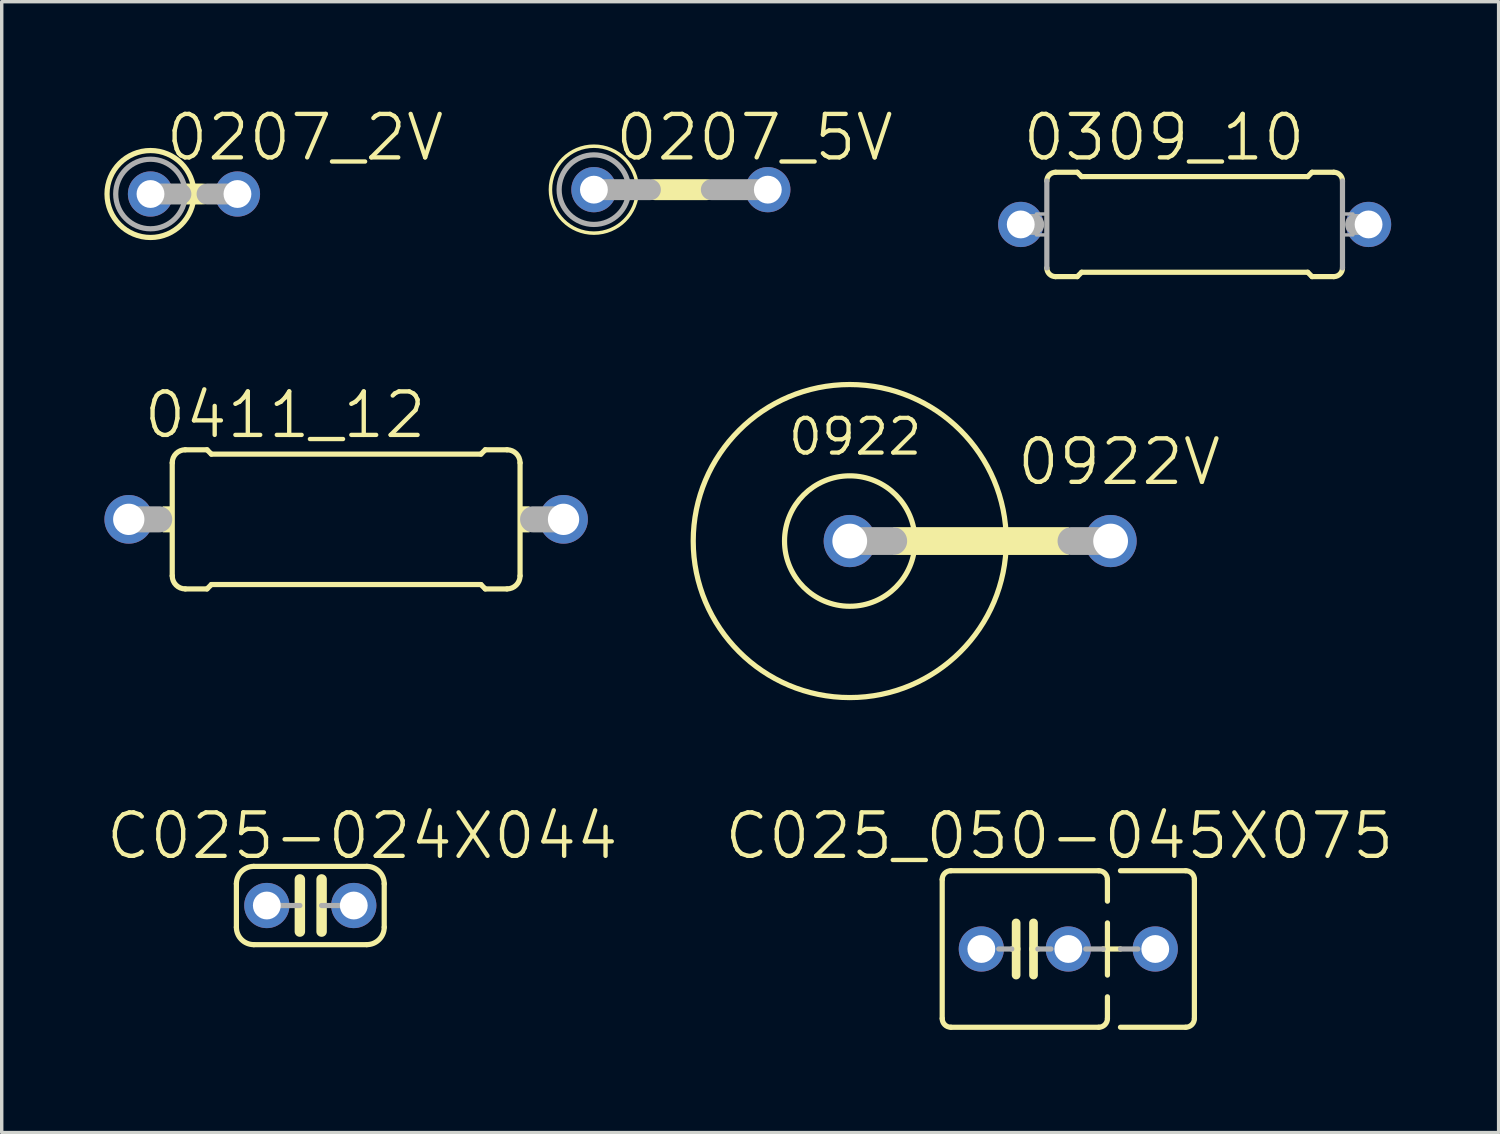
<source format=kicad_pcb>
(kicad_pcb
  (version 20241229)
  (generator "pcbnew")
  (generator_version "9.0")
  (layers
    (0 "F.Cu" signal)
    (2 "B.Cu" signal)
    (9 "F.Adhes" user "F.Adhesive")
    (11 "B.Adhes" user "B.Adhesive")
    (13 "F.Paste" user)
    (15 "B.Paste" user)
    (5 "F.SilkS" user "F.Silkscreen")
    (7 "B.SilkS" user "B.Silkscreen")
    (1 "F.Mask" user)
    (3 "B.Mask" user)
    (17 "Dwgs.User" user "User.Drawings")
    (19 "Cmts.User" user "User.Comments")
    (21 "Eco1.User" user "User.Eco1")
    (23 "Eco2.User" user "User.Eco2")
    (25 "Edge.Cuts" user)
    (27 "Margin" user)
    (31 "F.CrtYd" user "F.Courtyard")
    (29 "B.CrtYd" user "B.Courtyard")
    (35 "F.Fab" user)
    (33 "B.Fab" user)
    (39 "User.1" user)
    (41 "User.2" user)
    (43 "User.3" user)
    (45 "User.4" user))
  (footprint "0309_10"
    (layer "F.Cu")
    (at 31.846 3.506)
    (property "Reference" "0309_10" (at -0.895 -2.54 0) (layer "F.SilkS") (effects (font (size 1.27 1.27) (thickness 0.127))))
    (attr through_hole)
    (fp_line (start -4.064 -1.524) (end -3.429 -1.524) (stroke (width 0.152) (type solid)) (layer "F.SilkS"))
    (fp_line (start -4.064 1.524) (end -3.429 1.524) (stroke (width 0.152) (type solid)) (layer "F.SilkS"))
    (fp_line (start -3.302 -1.397) (end -3.429 -1.524) (stroke (width 0.152) (type solid)) (layer "F.SilkS"))
    (fp_line (start -3.302 1.397) (end -3.429 1.524) (stroke (width 0.152) (type solid)) (layer "F.SilkS"))
    (fp_line (start 3.302 -1.397) (end -3.302 -1.397) (stroke (width 0.152) (type solid)) (layer "F.SilkS"))
    (fp_line (start 3.302 -1.397) (end 3.429 -1.524) (stroke (width 0.152) (type solid)) (layer "F.SilkS"))
    (fp_line (start 3.302 1.397) (end -3.302 1.397) (stroke (width 0.152) (type solid)) (layer "F.SilkS"))
    (fp_line (start 3.302 1.397) (end 3.429 1.524) (stroke (width 0.152) (type solid)) (layer "F.SilkS"))
    (fp_line (start 4.064 -1.524) (end 3.429 -1.524) (stroke (width 0.152) (type solid)) (layer "F.SilkS"))
    (fp_line (start 4.064 1.524) (end 3.429 1.524) (stroke (width 0.152) (type solid)) (layer "F.SilkS"))
    (fp_arc (start -4.318 -1.27) (mid -4.243605 -1.449605) (end -4.064 -1.524) (stroke (width 0.1524) (type solid)) (layer "F.SilkS"))
    (fp_arc (start -4.064 1.524) (mid -4.243605 1.449605) (end -4.318 1.27) (stroke (width 0.1524) (type solid)) (layer "F.SilkS"))
    (fp_arc (start 4.064 -1.524) (mid 4.243605 -1.449605) (end 4.318 -1.27) (stroke (width 0.1524) (type solid)) (layer "F.SilkS"))
    (fp_arc (start 4.318 1.27) (mid 4.243605 1.449605) (end 4.064 1.524) (stroke (width 0.1524) (type solid)) (layer "F.SilkS"))
    (fp_line (start -4.699 0) (end -5.08 0) (stroke (width 0.61) (type solid)) (layer "F.Fab"))
    (fp_line (start -4.318 1.27) (end -4.318 -1.27) (stroke (width 0.152) (type solid)) (layer "F.Fab"))
    (fp_line (start 4.318 1.27) (end 4.318 -1.27) (stroke (width 0.152) (type solid)) (layer "F.Fab"))
    (fp_line (start 5.08 0) (end 4.699 0) (stroke (width 0.61) (type solid)) (layer "F.Fab"))
    (fp_poly (pts (xy -4.623 -0.305) (xy -4.318 -0.305) (xy -4.318 0.305) (xy -4.623 0.305)) (stroke (width 0.1) (type solid)) (fill no) (layer "F.Fab"))
    (fp_poly (pts (xy 4.318 -0.305) (xy 4.623 -0.305) (xy 4.623 0.305) (xy 4.318 0.305)) (stroke (width 0.1) (type solid)) (fill no) (layer "F.Fab"))
    (pad "1" thru_hole circle (at -5.08 0) (size 1.321 1.321) (drill 0.813) (layers "*.Cu" "*.Mask"))
    (pad "2" thru_hole circle (at 5.08 0) (size 1.321 1.321) (drill 0.813) (layers "*.Cu" "*.Mask")))
  (footprint "C025-024X044"
    (layer "F.Cu")
    (at 6.014 23.4)
    (property "Reference" "C025-024X044" (at 1.518 -2.032 0) (layer "F.SilkS") (effects (font (size 1.27 1.27) (thickness 0.127))))
    (attr through_hole)
    (fp_line (start -2.159 0.635) (end -2.159 -0.635) (stroke (width 0.152) (type solid)) (layer "F.SilkS"))
    (fp_line (start -0.305 -0.762) (end -0.305 0.762) (stroke (width 0.305) (type solid)) (layer "F.SilkS"))
    (fp_line (start 0.33 -0.762) (end 0.33 0.762) (stroke (width 0.305) (type solid)) (layer "F.SilkS"))
    (fp_line (start 1.651 -1.143) (end -1.651 -1.143) (stroke (width 0.152) (type solid)) (layer "F.SilkS"))
    (fp_line (start 1.651 1.143) (end -1.651 1.143) (stroke (width 0.152) (type solid)) (layer "F.SilkS"))
    (fp_line (start 2.159 0.635) (end 2.159 -0.635) (stroke (width 0.152) (type solid)) (layer "F.SilkS"))
    (fp_arc (start -2.159 -0.635) (mid -2.01021 -0.99421) (end -1.651 -1.143) (stroke (width 0.1524) (type solid)) (layer "F.SilkS"))
    (fp_arc (start -1.651 1.143) (mid -2.01021 0.99421) (end -2.159 0.635) (stroke (width 0.1524) (type solid)) (layer "F.SilkS"))
    (fp_arc (start 1.651 -1.143) (mid 2.01021 -0.99421) (end 2.159 -0.635) (stroke (width 0.1524) (type solid)) (layer "F.SilkS"))
    (fp_arc (start 2.159 0.635) (mid 2.01021 0.99421) (end 1.651 1.143) (stroke (width 0.1524) (type solid)) (layer "F.SilkS"))
    (fp_line (start -1.27 0) (end -0.305 0) (stroke (width 0.152) (type solid)) (layer "F.Fab"))
    (fp_line (start 1.27 0) (end 0.33 0) (stroke (width 0.152) (type solid)) (layer "F.Fab"))
    (pad "1" thru_hole circle (at -1.27 0) (size 1.321 1.321) (drill 0.813) (layers "*.Cu" "*.Mask"))
    (pad "2" thru_hole circle (at 1.27 0) (size 1.321 1.321) (drill 0.813) (layers "*.Cu" "*.Mask")))
  (footprint "0207_2V"
    (layer "F.Cu")
    (at 2.616 2.617)
    (property "Reference" "0207_2V" (at 3.245 -1.651 0) (layer "F.SilkS") (effects (font (size 1.27 1.27) (thickness 0.127))))
    (attr through_hole)
    (fp_line (start -0.254 0) (end 0.254 0) (stroke (width 0.61) (type solid)) (layer "F.SilkS"))
    (fp_circle (center -1.27 0) (end 0 0) (stroke (width 0.152) (type solid)) (fill no) (layer "F.SilkS"))
    (fp_line (start -1.27 0) (end -0.381 0) (stroke (width 0.61) (type solid)) (layer "F.Fab"))
    (fp_line (start 0.381 0) (end 1.27 0) (stroke (width 0.61) (type solid)) (layer "F.Fab"))
    (fp_circle (center -1.27 0) (end -0.254 0) (stroke (width 0.152) (type solid)) (fill no) (layer "F.Fab"))
    (pad "1" thru_hole circle (at -1.27 0) (size 1.321 1.321) (drill 0.813) (layers "*.Cu" "*.Mask"))
    (pad "2" thru_hole circle (at 1.27 0) (size 1.321 1.321) (drill 0.813) (layers "*.Cu" "*.Mask")))
  (footprint "0411_12"
    (layer "F.Cu")
    (at 7.061 12.12)
    (property "Reference" "0411_12" (at -1.784 -3.048 0) (layer "F.SilkS") (effects (font (size 1.27 1.27) (thickness 0.127))))
    (attr through_hole)
    (fp_line (start -5.08 -1.651) (end -5.08 1.651) (stroke (width 0.152) (type solid)) (layer "F.SilkS"))
    (fp_line (start -4.699 -2.032) (end -4.064 -2.032) (stroke (width 0.152) (type solid)) (layer "F.SilkS"))
    (fp_line (start -4.699 2.032) (end -4.064 2.032) (stroke (width 0.152) (type solid)) (layer "F.SilkS"))
    (fp_line (start -3.937 -1.905) (end -4.064 -2.032) (stroke (width 0.152) (type solid)) (layer "F.SilkS"))
    (fp_line (start -3.937 -1.905) (end 3.937 -1.905) (stroke (width 0.152) (type solid)) (layer "F.SilkS"))
    (fp_line (start -3.937 1.905) (end -4.064 2.032) (stroke (width 0.152) (type solid)) (layer "F.SilkS"))
    (fp_line (start -3.937 1.905) (end 3.937 1.905) (stroke (width 0.152) (type solid)) (layer "F.SilkS"))
    (fp_line (start 3.937 -1.905) (end 4.064 -2.032) (stroke (width 0.152) (type solid)) (layer "F.SilkS"))
    (fp_line (start 3.937 1.905) (end 4.064 2.032) (stroke (width 0.152) (type solid)) (layer "F.SilkS"))
    (fp_line (start 4.699 -2.032) (end 4.064 -2.032) (stroke (width 0.152) (type solid)) (layer "F.SilkS"))
    (fp_line (start 4.699 2.032) (end 4.064 2.032) (stroke (width 0.152) (type solid)) (layer "F.SilkS"))
    (fp_line (start 5.08 1.651) (end 5.08 -1.651) (stroke (width 0.152) (type solid)) (layer "F.SilkS"))
    (fp_arc (start -5.08 -1.651) (mid -4.968407 -1.920408) (end -4.698999 -2.032001) (stroke (width 0.1524) (type solid)) (layer "F.SilkS"))
    (fp_arc (start -4.698999 2.032001) (mid -4.968407 1.920408) (end -5.08 1.651) (stroke (width 0.1524) (type solid)) (layer "F.SilkS"))
    (fp_arc (start 4.699 -2.032) (mid 4.968407 -1.920407) (end 5.079999 -1.650999) (stroke (width 0.1524) (type solid)) (layer "F.SilkS"))
    (fp_arc (start 5.079999 1.650999) (mid 4.968407 1.920407) (end 4.699 2.032) (stroke (width 0.1524) (type solid)) (layer "F.SilkS"))
    (fp_poly (pts (xy -5.359 -0.381) (xy -5.08 -0.381) (xy -5.08 0.381) (xy -5.359 0.381)) (stroke (width 0) (type solid)) (fill yes) (layer "F.SilkS"))
    (fp_poly (pts (xy 5.08 -0.381) (xy 5.359 -0.381) (xy 5.359 0.381) (xy 5.08 0.381)) (stroke (width 0) (type solid)) (fill yes) (layer "F.SilkS"))
    (fp_line (start -6.35 0) (end -5.461 0) (stroke (width 0.762) (type solid)) (layer "F.Fab"))
    (fp_line (start 6.35 0) (end 5.461 0) (stroke (width 0.762) (type solid)) (layer "F.Fab"))
    (pad "1" thru_hole circle (at -6.35 0) (size 1.422 1.422) (drill 0.914) (layers "*.Cu" "*.Mask"))
    (pad "2" thru_hole circle (at 6.35 0) (size 1.422 1.422) (drill 0.914) (layers "*.Cu" "*.Mask")))
  (footprint "C025_050-045X075"
    (layer "F.Cu")
    (at 26.885 24.67)
    (property "Reference" "C025_050-045X075" (at 1.01 -3.302 0) (layer "F.SilkS") (effects (font (size 1.27 1.27) (thickness 0.127))))
    (attr through_hole)
    (fp_line (start -2.413 -2.032) (end -2.413 2.032) (stroke (width 0.152) (type solid)) (layer "F.SilkS"))
    (fp_line (start -2.159 -2.286) (end 2.159 -2.286) (stroke (width 0.152) (type solid)) (layer "F.SilkS"))
    (fp_line (start -0.254 -0.762) (end -0.254 0) (stroke (width 0.254) (type solid)) (layer "F.SilkS"))
    (fp_line (start -0.254 0) (end -0.381 0) (stroke (width 0.152) (type solid)) (layer "F.SilkS"))
    (fp_line (start -0.254 0) (end -0.254 0.762) (stroke (width 0.254) (type solid)) (layer "F.SilkS"))
    (fp_line (start 0.254 0) (end 0.254 -0.762) (stroke (width 0.254) (type solid)) (layer "F.SilkS"))
    (fp_line (start 0.254 0) (end 0.254 0.762) (stroke (width 0.254) (type solid)) (layer "F.SilkS"))
    (fp_line (start 0.381 0) (end 0.254 0) (stroke (width 0.152) (type solid)) (layer "F.SilkS"))
    (fp_line (start 2.159 2.286) (end -2.159 2.286) (stroke (width 0.152) (type solid)) (layer "F.SilkS"))
    (fp_line (start 2.286 0) (end 2.794 0) (stroke (width 0.152) (type solid)) (layer "F.SilkS"))
    (fp_line (start 2.413 -2.032) (end 2.413 -1.397) (stroke (width 0.152) (type solid)) (layer "F.SilkS"))
    (fp_line (start 2.413 -0.762) (end 2.413 0.762) (stroke (width 0.152) (type solid)) (layer "F.SilkS"))
    (fp_line (start 2.413 1.397) (end 2.413 2.032) (stroke (width 0.152) (type solid)) (layer "F.SilkS"))
    (fp_line (start 2.794 -2.286) (end 4.699 -2.286) (stroke (width 0.152) (type solid)) (layer "F.SilkS"))
    (fp_line (start 4.699 2.286) (end 2.794 2.286) (stroke (width 0.152) (type solid)) (layer "F.SilkS"))
    (fp_line (start 4.953 -2.032) (end 4.953 2.032) (stroke (width 0.152) (type solid)) (layer "F.SilkS"))
    (fp_arc (start -2.413 -2.032) (mid -2.338605 -2.211605) (end -2.159 -2.286) (stroke (width 0.1524) (type solid)) (layer "F.SilkS"))
    (fp_arc (start -2.159 2.286) (mid -2.338605 2.211605) (end -2.413 2.032) (stroke (width 0.1524) (type solid)) (layer "F.SilkS"))
    (fp_arc (start 2.159 -2.286) (mid 2.338605 -2.211605) (end 2.413 -2.032) (stroke (width 0.1524) (type solid)) (layer "F.SilkS"))
    (fp_arc (start 2.413 2.032) (mid 2.338605 2.211605) (end 2.159 2.286) (stroke (width 0.1524) (type solid)) (layer "F.SilkS"))
    (fp_arc (start 4.699 -2.286) (mid 4.878605 -2.211605) (end 4.953 -2.032) (stroke (width 0.1524) (type solid)) (layer "F.SilkS"))
    (fp_arc (start 4.953 2.032) (mid 4.878605 2.211605) (end 4.699 2.286) (stroke (width 0.1524) (type solid)) (layer "F.SilkS"))
    (fp_line (start -0.381 0) (end -0.762 0) (stroke (width 0.152) (type solid)) (layer "F.Fab"))
    (fp_line (start 0.381 0) (end 0.762 0) (stroke (width 0.152) (type solid)) (layer "F.Fab"))
    (fp_line (start 2.286 0) (end 1.778 0) (stroke (width 0.152) (type solid)) (layer "F.Fab"))
    (fp_line (start 2.794 0) (end 3.302 0) (stroke (width 0.152) (type solid)) (layer "F.Fab"))
    (pad "1" thru_hole circle (at -1.27 0) (size 1.321 1.321) (drill 0.813) (layers "*.Cu" "*.Mask"))
    (pad "2" thru_hole circle (at 1.27 0) (size 1.321 1.321) (drill 0.813) (layers "*.Cu" "*.Mask"))
    (pad "3" thru_hole circle (at 3.81 0) (size 1.321 1.321) (drill 0.813) (layers "*.Cu" "*.Mask")))
  (footprint "0922V"
    (layer "F.Cu")
    (at 26.851 12.754)
    (property "Reference" "0922V" (at 2.788 -2.311 0) (layer "F.SilkS") (effects (font (size 1.27 1.27) (thickness 0.127))))
    (attr through_hole)
    (fp_circle (center -5.08 0) (end -3.175 0) (stroke (width 0.152) (type solid)) (fill no) (layer "F.SilkS"))
    (fp_circle (center -5.08 0) (end -0.508 0) (stroke (width 0.152) (type solid)) (fill no) (layer "F.SilkS"))
    (fp_poly (pts (xy -3.81 -0.406) (xy 1.321 -0.406) (xy 1.321 0.406) (xy -3.81 0.406)) (stroke (width 0) (type solid)) (fill yes) (layer "F.SilkS"))
    (fp_line (start -5.08 0) (end -3.81 0) (stroke (width 0.813) (type solid)) (layer "F.Fab"))
    (fp_line (start 2.54 0) (end 1.397 0) (stroke (width 0.813) (type solid)) (layer "F.Fab"))
    (fp_text user "0922" (at -4.923 -3.048 0) (layer "F.SilkS") (effects (font (size 1.016 1.016) (thickness 0.122))))
    (pad "1" thru_hole circle (at -5.08 0) (size 1.524 1.524) (drill 1.016) (layers "*.Cu" "*.Mask"))
    (pad "2" thru_hole circle (at 2.54 0) (size 1.524 1.524) (drill 1.016) (layers "*.Cu" "*.Mask")))
  (footprint "0207_5V"
    (layer "F.Cu")
    (at 16.838 2.49)
    (property "Reference" "0207_5V" (at 2.153 -1.524 0) (layer "F.SilkS") (effects (font (size 1.27 1.27) (thickness 0.127))))
    (attr through_hole)
    (fp_line (start -0.762 0) (end 0.762 0) (stroke (width 0.61) (type solid)) (layer "F.SilkS"))
    (fp_circle (center -2.54 0) (end -1.27 0) (stroke (width 0.102) (type solid)) (fill no) (layer "F.SilkS"))
    (fp_line (start -2.54 0) (end -0.889 0) (stroke (width 0.61) (type solid)) (layer "F.Fab"))
    (fp_line (start 0.889 0) (end 2.54 0) (stroke (width 0.61) (type solid)) (layer "F.Fab"))
    (fp_circle (center -2.54 0) (end -1.524 0) (stroke (width 0.152) (type solid)) (fill no) (layer "F.Fab"))
    (pad "1" thru_hole circle (at -2.54 0) (size 1.321 1.321) (drill 0.813) (layers "*.Cu" "*.Mask"))
    (pad "2" thru_hole circle (at 2.54 0) (size 1.321 1.321) (drill 0.813) (layers "*.Cu" "*.Mask")))
  (gr_rect
    (start -3 -3)
    (end 40.725 30.032)
    (stroke (width 0.1) (type default))
    (fill no)
    (layer "Edge.Cuts")))
</source>
